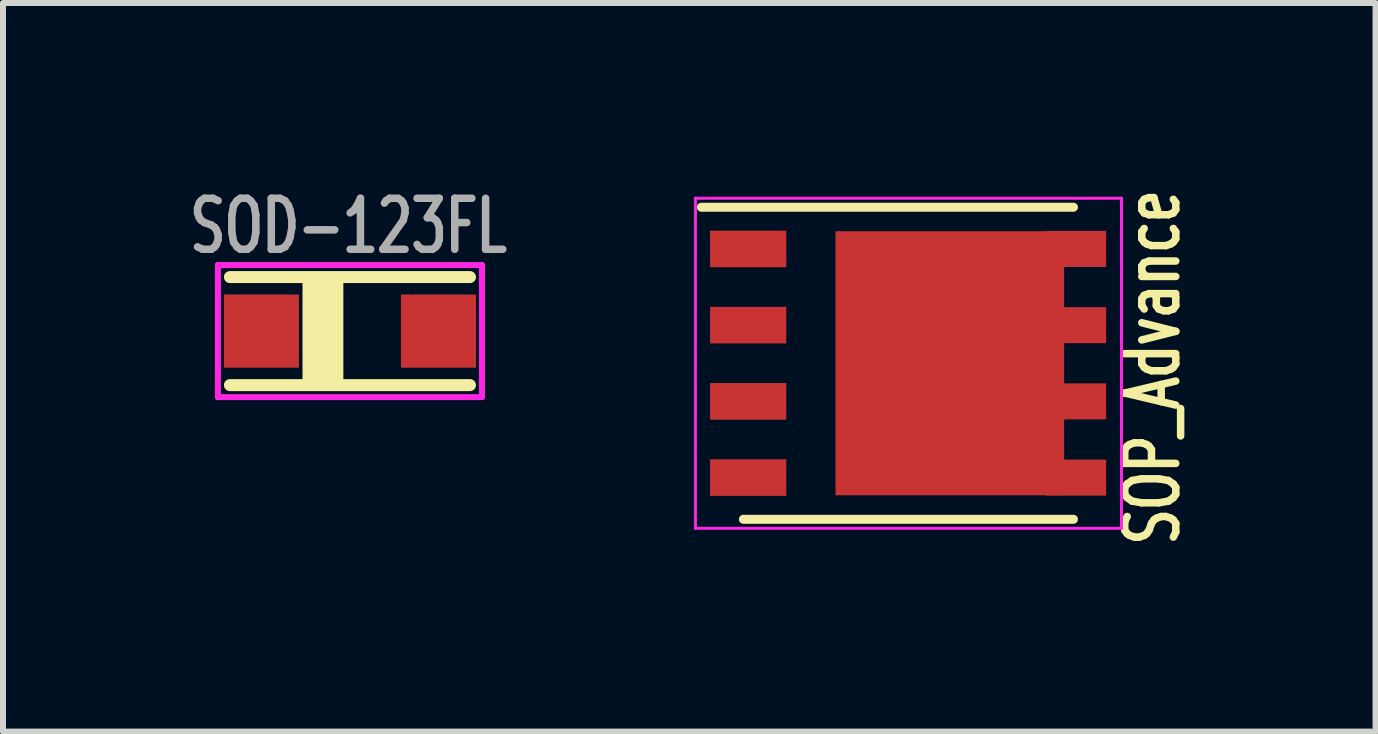
<source format=kicad_pcb>
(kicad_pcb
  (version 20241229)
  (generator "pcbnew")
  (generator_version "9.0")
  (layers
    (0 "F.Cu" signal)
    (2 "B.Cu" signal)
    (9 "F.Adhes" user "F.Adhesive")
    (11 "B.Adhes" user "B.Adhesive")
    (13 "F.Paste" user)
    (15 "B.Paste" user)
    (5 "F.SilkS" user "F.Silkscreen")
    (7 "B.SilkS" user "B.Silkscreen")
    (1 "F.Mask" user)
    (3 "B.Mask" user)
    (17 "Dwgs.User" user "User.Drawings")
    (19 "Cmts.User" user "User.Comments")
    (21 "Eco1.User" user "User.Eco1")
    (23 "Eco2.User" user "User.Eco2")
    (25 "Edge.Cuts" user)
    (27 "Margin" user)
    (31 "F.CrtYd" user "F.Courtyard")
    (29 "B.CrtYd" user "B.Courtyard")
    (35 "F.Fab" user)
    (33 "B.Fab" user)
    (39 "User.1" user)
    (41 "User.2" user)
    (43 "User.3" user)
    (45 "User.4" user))
  (footprint "SOP_Advance"
    (layer "F.Cu")
    (at 11.49 3.006)
    (property "Reference" "SOP_Advance" (at 4.665 0.065 270) (layer "F.SilkS") (effects (font (size 0.85 0.6) (thickness 0.125))))
    (attr smd)
    (fp_line (start -2.853 -2.603) (end 3.347 -2.603) (stroke (width 0.15) (type solid)) (layer "F.SilkS"))
    (fp_line (start -2.153 2.597) (end 3.347 2.597) (stroke (width 0.15) (type solid)) (layer "F.SilkS"))
    (fp_line (start -2.953 -2.753) (end -2.953 2.747) (stroke (width 0.05) (type solid)) (layer "F.CrtYd"))
    (fp_line (start -2.953 -2.753) (end 4.147 -2.753) (stroke (width 0.05) (type solid)) (layer "F.CrtYd"))
    (fp_line (start -2.953 2.747) (end 4.147 2.747) (stroke (width 0.05) (type solid)) (layer "F.CrtYd"))
    (fp_line (start 4.147 -2.753) (end 4.147 2.747) (stroke (width 0.05) (type solid)) (layer "F.CrtYd"))
    (pad "1" smd rect (at -2.073 -1.908) (size 1.27 0.61) (layers "F.Cu" "F.Mask" "F.Paste"))
    (pad "2" smd rect (at -2.073 -0.638) (size 1.27 0.61) (layers "F.Cu" "F.Mask" "F.Paste"))
    (pad "3" smd rect (at -2.073 0.632) (size 1.27 0.61) (layers "F.Cu" "F.Mask" "F.Paste"))
    (pad "4" smd rect (at -2.073 1.902) (size 1.27 0.61) (layers "F.Cu" "F.Mask" "F.Paste"))
    (pad "5" smd rect (at 1.287 -0.003) (size 3.81 4.4) (layers "F.Cu" "F.Mask" "F.Paste"))
    (pad "5" smd rect (at 3.392 1.902) (size 1 0.6) (layers "F.Cu" "F.Mask" "F.Paste"))
    (pad "6" smd rect (at 3.392 0.632) (size 1 0.6) (layers "F.Cu" "F.Mask" "F.Paste"))
    (pad "7" smd rect (at 3.392 -0.638) (size 1 0.6) (layers "F.Cu" "F.Mask" "F.Paste"))
    (pad "8" smd rect (at 3.392 -1.908) (size 1 0.6) (layers "F.Cu" "F.Mask" "F.Paste")))
  (footprint "SOD-123FL"
    (layer "F.Cu")
    (at 2.781 2.467)
    (property "Reference" "SOD-123FL" (at -0.025 -1.75 0) (layer "F.Fab") (effects (font (size 0.85 0.6) (thickness 0.125))))
    (attr smd)
    (fp_line (start -0.6 0.8) (end -0.6 -0.8) (stroke (width 0.381) (type solid)) (layer "F.SilkS"))
    (fp_line (start -0.3 0.8) (end -0.3 -0.8) (stroke (width 0.381) (type solid)) (layer "F.SilkS"))
    (fp_line (start 2 -0.9) (end -2 -0.9) (stroke (width 0.2) (type solid)) (layer "F.SilkS"))
    (fp_line (start 2 0.9) (end -2 0.9) (stroke (width 0.2) (type solid)) (layer "F.SilkS"))
    (fp_line (start -2.2 -1.1) (end 2.2 -1.1) (stroke (width 0.1) (type solid)) (layer "F.CrtYd"))
    (fp_line (start -2.2 1.1) (end -2.2 -1.1) (stroke (width 0.1) (type solid)) (layer "F.CrtYd"))
    (fp_line (start 2.2 -1.1) (end 2.2 1.1) (stroke (width 0.1) (type solid)) (layer "F.CrtYd"))
    (fp_line (start 2.2 1.1) (end -2.2 1.1) (stroke (width 0.1) (type solid)) (layer "F.CrtYd"))
    (pad "1" smd rect (at 1.475 0) (size 1.25 1.22) (layers "F.Cu" "F.Mask" "F.Paste"))
    (pad "2" smd rect (at -1.475 0) (size 1.25 1.22) (layers "F.Cu" "F.Mask" "F.Paste")))
  (gr_rect
    (start -3 -3)
    (end 19.871 9.141)
    (stroke (width 0.1) (type default))
    (fill no)
    (layer "Edge.Cuts")))
</source>
